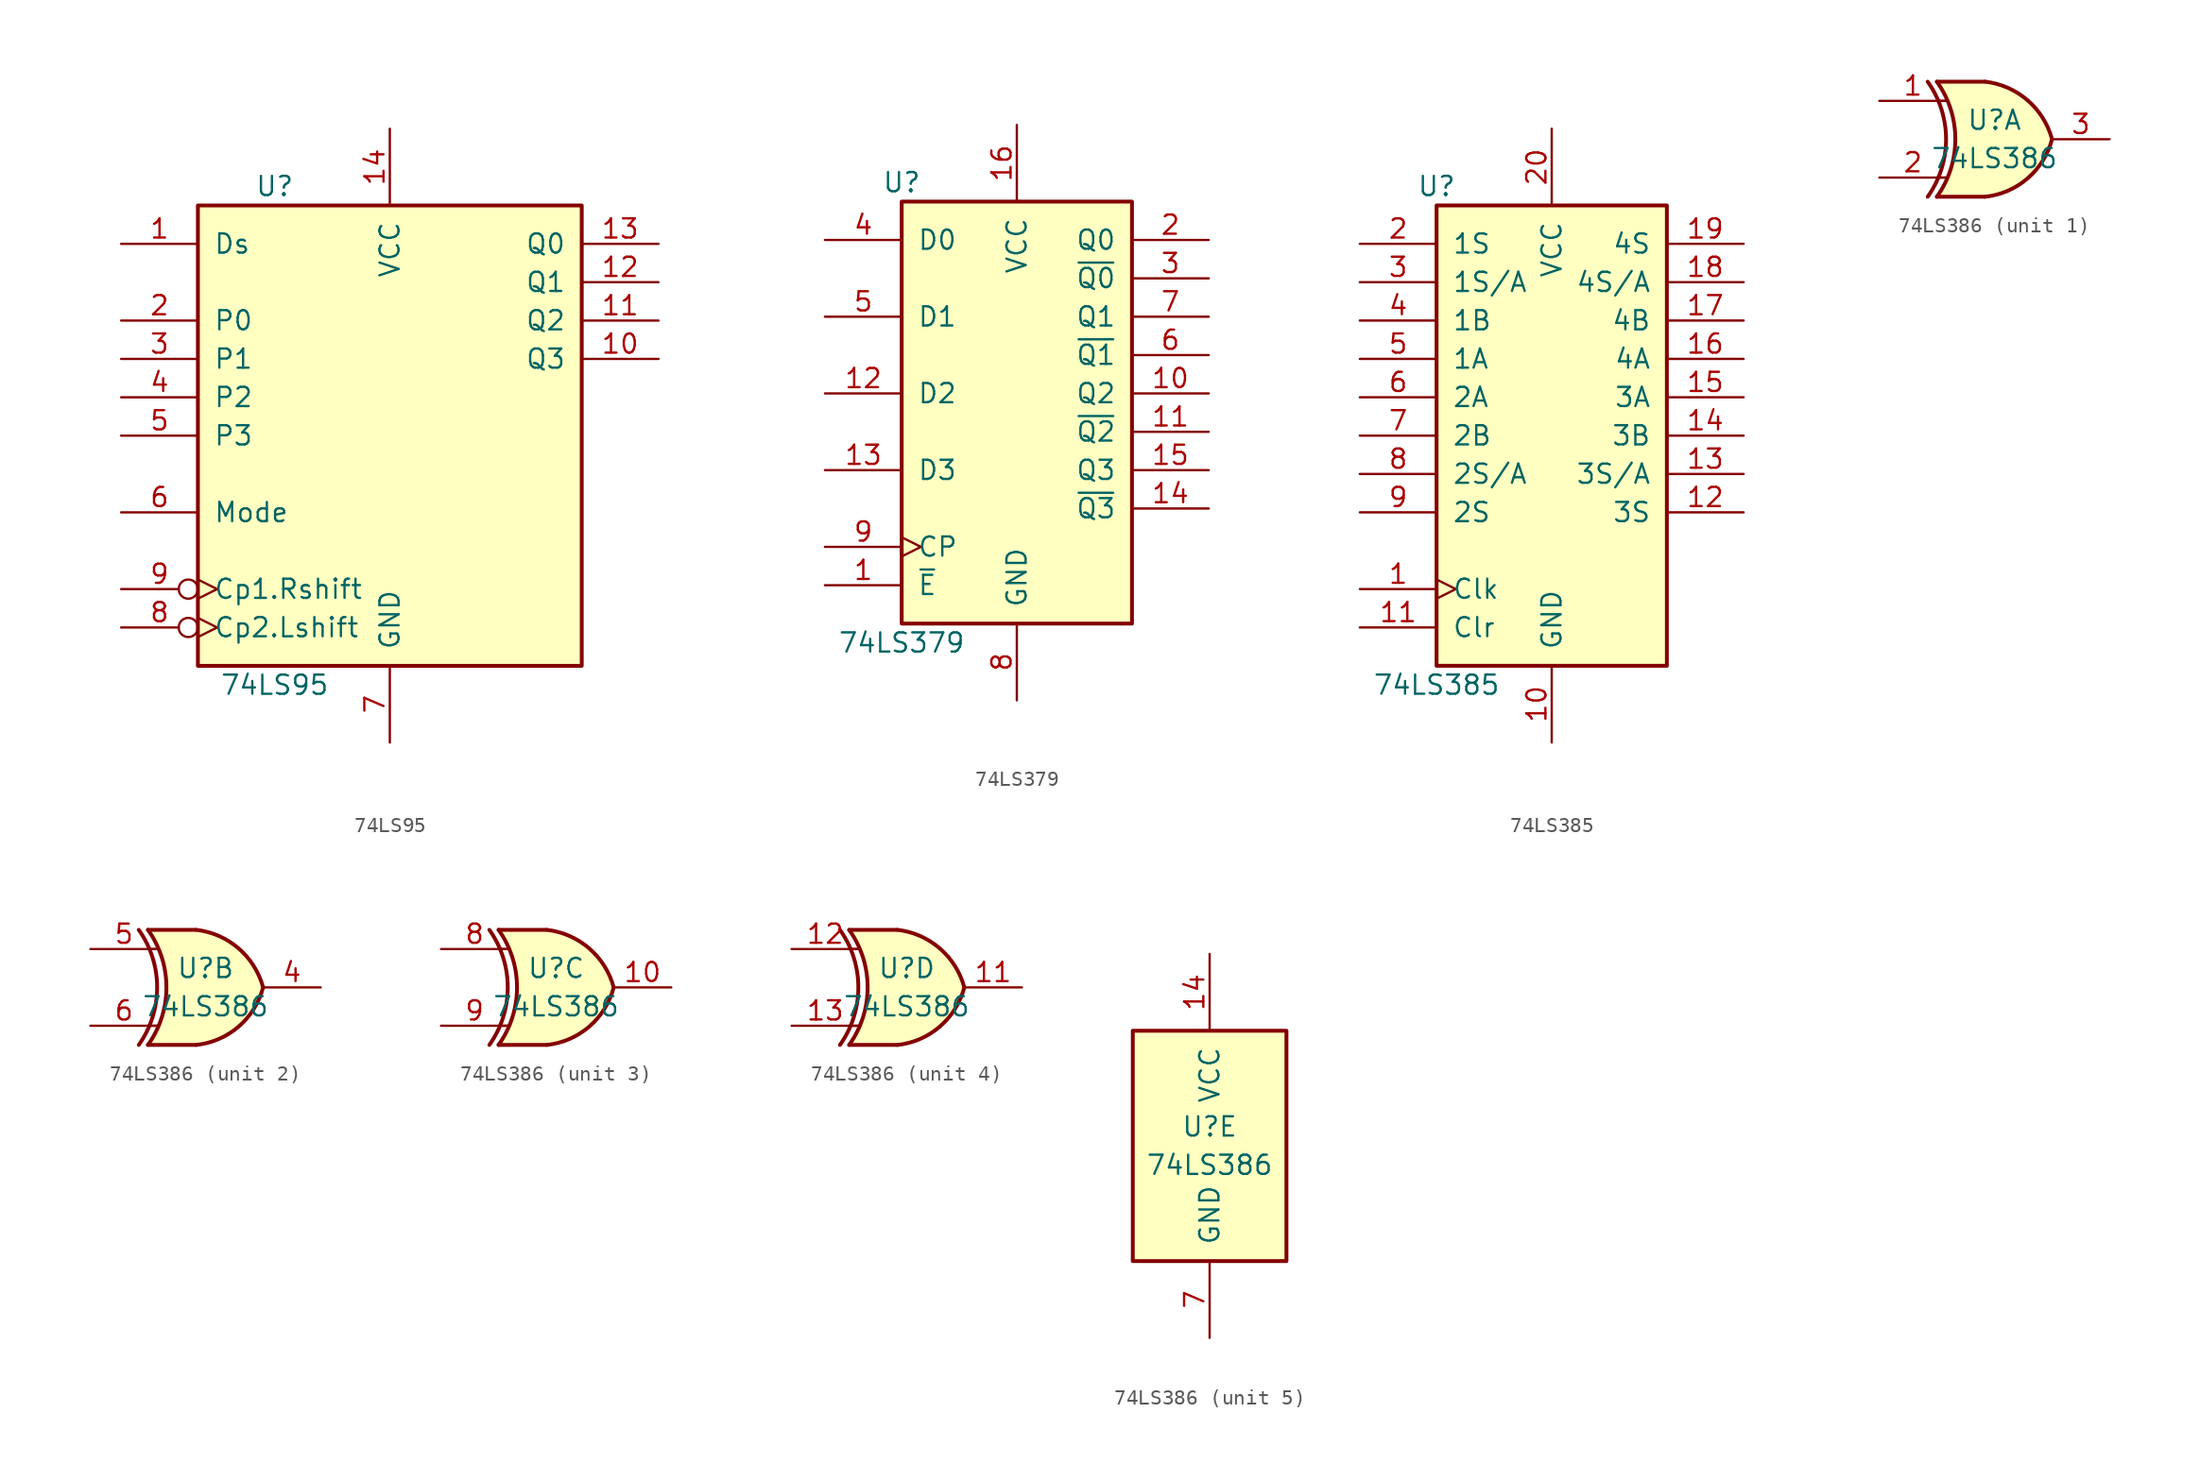
<source format=kicad_sym>
(kicad_symbol_lib
  (version 20241209)
  (generator "kicad_symbol_editor")
  (generator_version "9.0")
  (symbol "74LS95"
    (pin_names
      (offset 1.016))
    (property "Reference" "U"
      (at -7.62 16.51 0)
      (effects (font (size 1.27 1.27))))
    (property "Value" "74LS95"
      (at -7.62 -16.51 0)
      (effects (font (size 1.27 1.27))))
    (property "ki_locked" ""
      (at 0 0 0)
      (effects (font (size 1.27 1.27))))
    (symbol "74LS95_1_0"
      (pin input line (at -17.78 12.7 0) (length 5.08) (name "Ds" (effects (font (size 1.27 1.27)))) (number "1" (effects (font (size 1.27 1.27)))))
      (pin input line (at -17.78 7.62 0) (length 5.08) (name "P0" (effects (font (size 1.27 1.27)))) (number "2" (effects (font (size 1.27 1.27)))))
      (pin input line (at -17.78 5.08 0) (length 5.08) (name "P1" (effects (font (size 1.27 1.27)))) (number "3" (effects (font (size 1.27 1.27)))))
      (pin input line (at -17.78 2.54 0) (length 5.08) (name "P2" (effects (font (size 1.27 1.27)))) (number "4" (effects (font (size 1.27 1.27)))))
      (pin input line (at -17.78 0 0) (length 5.08) (name "P3" (effects (font (size 1.27 1.27)))) (number "5" (effects (font (size 1.27 1.27)))))
      (pin input line (at -17.78 -5.08 0) (length 5.08) (name "Mode" (effects (font (size 1.27 1.27)))) (number "6" (effects (font (size 1.27 1.27)))))
      (pin input inverted_clock (at -17.78 -10.16 0) (length 5.08) (name "Cp1.Rshift" (effects (font (size 1.27 1.27)))) (number "9" (effects (font (size 1.27 1.27)))))
      (pin input inverted_clock (at -17.78 -12.7 0) (length 5.08) (name "Cp2.Lshift" (effects (font (size 1.27 1.27)))) (number "8" (effects (font (size 1.27 1.27)))))
      (pin power_in line (at 0 20.32 270) (length 5.08) (name "VCC" (effects (font (size 1.27 1.27)))) (number "14" (effects (font (size 1.27 1.27)))))
      (pin power_in line (at 0 -20.32 90) (length 5.08) (name "GND" (effects (font (size 1.27 1.27)))) (number "7" (effects (font (size 1.27 1.27)))))
      (pin output line (at 17.78 12.7 180) (length 5.08) (name "Q0" (effects (font (size 1.27 1.27)))) (number "13" (effects (font (size 1.27 1.27)))))
      (pin output line (at 17.78 10.16 180) (length 5.08) (name "Q1" (effects (font (size 1.27 1.27)))) (number "12" (effects (font (size 1.27 1.27)))))
      (pin output line (at 17.78 7.62 180) (length 5.08) (name "Q2" (effects (font (size 1.27 1.27)))) (number "11" (effects (font (size 1.27 1.27)))))
      (pin output line (at 17.78 5.08 180) (length 5.08) (name "Q3" (effects (font (size 1.27 1.27)))) (number "10" (effects (font (size 1.27 1.27))))))
    (symbol "74LS95_1_1"
      (rectangle (start -12.7 15.24) (end 12.7 -15.24) (stroke (width 0.254) (type solid)) (fill (type background)))))
  (symbol "74LS379"
    (pin_names
      (offset 1.016))
    (property "Reference" "U"
      (at -7.62 13.97 0)
      (effects (font (size 1.27 1.27))))
    (property "Value" "74LS379"
      (at -7.62 -16.51 0)
      (effects (font (size 1.27 1.27))))
    (property "ki_locked" ""
      (at 0 0 0)
      (effects (font (size 1.27 1.27))))
    (symbol "74LS379_1_0"
      (pin input line (at -12.7 10.16 0) (length 5.08) (name "D0" (effects (font (size 1.27 1.27)))) (number "4" (effects (font (size 1.27 1.27)))))
      (pin input line (at -12.7 5.08 0) (length 5.08) (name "D1" (effects (font (size 1.27 1.27)))) (number "5" (effects (font (size 1.27 1.27)))))
      (pin input line (at -12.7 0 0) (length 5.08) (name "D2" (effects (font (size 1.27 1.27)))) (number "12" (effects (font (size 1.27 1.27)))))
      (pin input line (at -12.7 -5.08 0) (length 5.08) (name "D3" (effects (font (size 1.27 1.27)))) (number "13" (effects (font (size 1.27 1.27)))))
      (pin input clock (at -12.7 -10.16 0) (length 5.08) (name "CP" (effects (font (size 1.27 1.27)))) (number "9" (effects (font (size 1.27 1.27)))))
      (pin input line (at -12.7 -12.7 0) (length 5.08) (name "~{E}" (effects (font (size 1.27 1.27)))) (number "1" (effects (font (size 1.27 1.27)))))
      (pin power_in line (at 0 17.78 270) (length 5.08) (name "VCC" (effects (font (size 1.27 1.27)))) (number "16" (effects (font (size 1.27 1.27)))))
      (pin power_in line (at 0 -20.32 90) (length 5.08) (name "GND" (effects (font (size 1.27 1.27)))) (number "8" (effects (font (size 1.27 1.27)))))
      (pin output line (at 12.7 10.16 180) (length 5.08) (name "Q0" (effects (font (size 1.27 1.27)))) (number "2" (effects (font (size 1.27 1.27)))))
      (pin output line (at 12.7 7.62 180) (length 5.08) (name "~{Q0}" (effects (font (size 1.27 1.27)))) (number "3" (effects (font (size 1.27 1.27)))))
      (pin output line (at 12.7 5.08 180) (length 5.08) (name "Q1" (effects (font (size 1.27 1.27)))) (number "7" (effects (font (size 1.27 1.27)))))
      (pin output line (at 12.7 2.54 180) (length 5.08) (name "~{Q1}" (effects (font (size 1.27 1.27)))) (number "6" (effects (font (size 1.27 1.27)))))
      (pin output line (at 12.7 0 180) (length 5.08) (name "Q2" (effects (font (size 1.27 1.27)))) (number "10" (effects (font (size 1.27 1.27)))))
      (pin output line (at 12.7 -2.54 180) (length 5.08) (name "~{Q2}" (effects (font (size 1.27 1.27)))) (number "11" (effects (font (size 1.27 1.27)))))
      (pin output line (at 12.7 -5.08 180) (length 5.08) (name "Q3" (effects (font (size 1.27 1.27)))) (number "15" (effects (font (size 1.27 1.27)))))
      (pin output line (at 12.7 -7.62 180) (length 5.08) (name "~{Q3}" (effects (font (size 1.27 1.27)))) (number "14" (effects (font (size 1.27 1.27))))))
    (symbol "74LS379_1_1"
      (rectangle (start -7.62 12.7) (end 7.62 -15.24) (stroke (width 0.254) (type solid)) (fill (type background)))))
  (symbol "74LS385"
    (pin_names
      (offset 1.016))
    (property "Reference" "U"
      (at -7.62 16.51 0)
      (effects (font (size 1.27 1.27))))
    (property "Value" "74LS385"
      (at -7.62 -16.51 0)
      (effects (font (size 1.27 1.27))))
    (property "ki_locked" ""
      (at 0 0 0)
      (effects (font (size 1.27 1.27))))
    (symbol "74LS385_1_0"
      (pin input line (at -12.7 12.7 0) (length 5.08) (name "1S" (effects (font (size 1.27 1.27)))) (number "2" (effects (font (size 1.27 1.27)))))
      (pin input line (at -12.7 10.16 0) (length 5.08) (name "1S/A" (effects (font (size 1.27 1.27)))) (number "3" (effects (font (size 1.27 1.27)))))
      (pin input line (at -12.7 7.62 0) (length 5.08) (name "1B" (effects (font (size 1.27 1.27)))) (number "4" (effects (font (size 1.27 1.27)))))
      (pin input line (at -12.7 5.08 0) (length 5.08) (name "1A" (effects (font (size 1.27 1.27)))) (number "5" (effects (font (size 1.27 1.27)))))
      (pin input line (at -12.7 2.54 0) (length 5.08) (name "2A" (effects (font (size 1.27 1.27)))) (number "6" (effects (font (size 1.27 1.27)))))
      (pin input line (at -12.7 0 0) (length 5.08) (name "2B" (effects (font (size 1.27 1.27)))) (number "7" (effects (font (size 1.27 1.27)))))
      (pin input line (at -12.7 -2.54 0) (length 5.08) (name "2S/A" (effects (font (size 1.27 1.27)))) (number "8" (effects (font (size 1.27 1.27)))))
      (pin input line (at -12.7 -5.08 0) (length 5.08) (name "2S" (effects (font (size 1.27 1.27)))) (number "9" (effects (font (size 1.27 1.27)))))
      (pin input clock (at -12.7 -10.16 0) (length 5.08) (name "Clk" (effects (font (size 1.27 1.27)))) (number "1" (effects (font (size 1.27 1.27)))))
      (pin input line (at -12.7 -12.7 0) (length 5.08) (name "Clr" (effects (font (size 1.27 1.27)))) (number "11" (effects (font (size 1.27 1.27)))))
      (pin power_in line (at 0 20.32 270) (length 5.08) (name "VCC" (effects (font (size 1.27 1.27)))) (number "20" (effects (font (size 1.27 1.27)))))
      (pin power_in line (at 0 -20.32 90) (length 5.08) (name "GND" (effects (font (size 1.27 1.27)))) (number "10" (effects (font (size 1.27 1.27)))))
      (pin output line (at 12.7 12.7 180) (length 5.08) (name "4S" (effects (font (size 1.27 1.27)))) (number "19" (effects (font (size 1.27 1.27)))))
      (pin output line (at 12.7 10.16 180) (length 5.08) (name "4S/A" (effects (font (size 1.27 1.27)))) (number "18" (effects (font (size 1.27 1.27)))))
      (pin output line (at 12.7 7.62 180) (length 5.08) (name "4B" (effects (font (size 1.27 1.27)))) (number "17" (effects (font (size 1.27 1.27)))))
      (pin output line (at 12.7 5.08 180) (length 5.08) (name "4A" (effects (font (size 1.27 1.27)))) (number "16" (effects (font (size 1.27 1.27)))))
      (pin output line (at 12.7 2.54 180) (length 5.08) (name "3A" (effects (font (size 1.27 1.27)))) (number "15" (effects (font (size 1.27 1.27)))))
      (pin output line (at 12.7 0 180) (length 5.08) (name "3B" (effects (font (size 1.27 1.27)))) (number "14" (effects (font (size 1.27 1.27)))))
      (pin output line (at 12.7 -2.54 180) (length 5.08) (name "3S/A" (effects (font (size 1.27 1.27)))) (number "13" (effects (font (size 1.27 1.27)))))
      (pin output line (at 12.7 -5.08 180) (length 5.08) (name "3S" (effects (font (size 1.27 1.27)))) (number "12" (effects (font (size 1.27 1.27))))))
    (symbol "74LS385_1_1"
      (rectangle (start -7.62 15.24) (end 7.62 -15.24) (stroke (width 0.254) (type solid)) (fill (type background)))))
  (symbol "74LS386"
    (pin_names
      (offset 1.016))
    (property "Reference" "U"
      (at 0 1.27 0)
      (effects (font (size 1.27 1.27))))
    (property "Value" "74LS386"
      (at 0 -1.27 0)
      (effects (font (size 1.27 1.27))))
    (property "ki_locked" ""
      (at 0 0 0)
      (effects (font (size 1.27 1.27))))
    (symbol "74LS386_1_0"
      (arc (start -4.4196 3.81) (mid -3.2033 0) (end -4.4196 -3.81) (stroke (width 0.254) (type solid)) (fill (type none)))
      (arc (start -3.81 3.81) (mid -2.589 0) (end -3.81 -3.81) (stroke (width 0.254) (type solid)) (fill (type none)))
      (polyline (pts (xy -3.81 3.81) (xy -0.635 3.81)) (stroke (width 0.254) (type solid)) (fill (type background)))
      (polyline (pts (xy -3.81 -3.81) (xy -0.635 -3.81)) (stroke (width 0.254) (type solid)) (fill (type background)))
      (arc (start 3.81 0) (mid 2.1915 -2.5936) (end -0.6096 -3.81) (stroke (width 0.254) (type solid)) (fill (type background)))
      (arc (start -0.6096 3.81) (mid 2.1842 2.5851) (end 3.81 0) (stroke (width 0.254) (type solid)) (fill (type background)))
      (polyline (pts (xy -0.635 3.81) (xy -3.81 3.81) (xy -3.81 3.81) (xy -3.556 3.404) (xy -3.023 2.261) (xy -2.692 1.041) (xy -2.616 -0.254) (xy -2.769 -1.499) (xy -3.175 -2.718) (xy -3.81 -3.81) (xy -3.81 -3.81) (xy -0.635 -3.81)) (stroke (width -25.4) (type solid)) (fill (type background)))
      (pin input line (at -7.62 2.54 0) (length 4.445) (name "~" (effects (font (size 1.27 1.27)))) (number "1" (effects (font (size 1.27 1.27)))))
      (pin input line (at -7.62 -2.54 0) (length 4.445) (name "~" (effects (font (size 1.27 1.27)))) (number "2" (effects (font (size 1.27 1.27)))))
      (pin output line (at 7.62 0 180) (length 3.81) (name "~" (effects (font (size 1.27 1.27)))) (number "3" (effects (font (size 1.27 1.27))))))
    (symbol "74LS386_1_1"
      (polyline (pts (xy -3.81 2.54) (xy -3.175 2.54)) (stroke (width 0.152) (type solid)) (fill (type none)))
      (polyline (pts (xy -3.81 -2.54) (xy -3.175 -2.54)) (stroke (width 0.152) (type solid)) (fill (type none))))
    (symbol "74LS386_2_0"
      (arc (start -4.4196 3.81) (mid -3.2033 0) (end -4.4196 -3.81) (stroke (width 0.254) (type solid)) (fill (type none)))
      (arc (start -3.81 3.81) (mid -2.589 0) (end -3.81 -3.81) (stroke (width 0.254) (type solid)) (fill (type none)))
      (polyline (pts (xy -3.81 3.81) (xy -0.635 3.81)) (stroke (width 0.254) (type solid)) (fill (type background)))
      (polyline (pts (xy -3.81 -3.81) (xy -0.635 -3.81)) (stroke (width 0.254) (type solid)) (fill (type background)))
      (arc (start 3.81 0) (mid 2.1915 -2.5936) (end -0.6096 -3.81) (stroke (width 0.254) (type solid)) (fill (type background)))
      (arc (start -0.6096 3.81) (mid 2.1842 2.5851) (end 3.81 0) (stroke (width 0.254) (type solid)) (fill (type background)))
      (polyline (pts (xy -0.635 3.81) (xy -3.81 3.81) (xy -3.81 3.81) (xy -3.556 3.404) (xy -3.023 2.261) (xy -2.692 1.041) (xy -2.616 -0.254) (xy -2.769 -1.499) (xy -3.175 -2.718) (xy -3.81 -3.81) (xy -3.81 -3.81) (xy -0.635 -3.81)) (stroke (width -25.4) (type solid)) (fill (type background)))
      (pin input line (at -7.62 2.54 0) (length 4.445) (name "~" (effects (font (size 1.27 1.27)))) (number "5" (effects (font (size 1.27 1.27)))))
      (pin input line (at -7.62 -2.54 0) (length 4.445) (name "~" (effects (font (size 1.27 1.27)))) (number "6" (effects (font (size 1.27 1.27)))))
      (pin output line (at 7.62 0 180) (length 3.81) (name "~" (effects (font (size 1.27 1.27)))) (number "4" (effects (font (size 1.27 1.27))))))
    (symbol "74LS386_2_1"
      (polyline (pts (xy -3.81 2.54) (xy -3.175 2.54)) (stroke (width 0.152) (type solid)) (fill (type none)))
      (polyline (pts (xy -3.81 -2.54) (xy -3.175 -2.54)) (stroke (width 0.152) (type solid)) (fill (type none))))
    (symbol "74LS386_3_0"
      (arc (start -4.4196 3.81) (mid -3.2033 0) (end -4.4196 -3.81) (stroke (width 0.254) (type solid)) (fill (type none)))
      (arc (start -3.81 3.81) (mid -2.589 0) (end -3.81 -3.81) (stroke (width 0.254) (type solid)) (fill (type none)))
      (polyline (pts (xy -3.81 3.81) (xy -0.635 3.81)) (stroke (width 0.254) (type solid)) (fill (type background)))
      (polyline (pts (xy -3.81 -3.81) (xy -0.635 -3.81)) (stroke (width 0.254) (type solid)) (fill (type background)))
      (arc (start 3.81 0) (mid 2.1915 -2.5936) (end -0.6096 -3.81) (stroke (width 0.254) (type solid)) (fill (type background)))
      (arc (start -0.6096 3.81) (mid 2.1842 2.5851) (end 3.81 0) (stroke (width 0.254) (type solid)) (fill (type background)))
      (polyline (pts (xy -0.635 3.81) (xy -3.81 3.81) (xy -3.81 3.81) (xy -3.556 3.404) (xy -3.023 2.261) (xy -2.692 1.041) (xy -2.616 -0.254) (xy -2.769 -1.499) (xy -3.175 -2.718) (xy -3.81 -3.81) (xy -3.81 -3.81) (xy -0.635 -3.81)) (stroke (width -25.4) (type solid)) (fill (type background)))
      (pin input line (at -7.62 2.54 0) (length 4.445) (name "~" (effects (font (size 1.27 1.27)))) (number "8" (effects (font (size 1.27 1.27)))))
      (pin input line (at -7.62 -2.54 0) (length 4.445) (name "~" (effects (font (size 1.27 1.27)))) (number "9" (effects (font (size 1.27 1.27)))))
      (pin output line (at 7.62 0 180) (length 3.81) (name "~" (effects (font (size 1.27 1.27)))) (number "10" (effects (font (size 1.27 1.27))))))
    (symbol "74LS386_3_1"
      (polyline (pts (xy -3.81 2.54) (xy -3.175 2.54)) (stroke (width 0.152) (type solid)) (fill (type none)))
      (polyline (pts (xy -3.81 -2.54) (xy -3.175 -2.54)) (stroke (width 0.152) (type solid)) (fill (type none))))
    (symbol "74LS386_4_0"
      (arc (start -4.4196 3.81) (mid -3.2033 0) (end -4.4196 -3.81) (stroke (width 0.254) (type solid)) (fill (type none)))
      (arc (start -3.81 3.81) (mid -2.589 0) (end -3.81 -3.81) (stroke (width 0.254) (type solid)) (fill (type none)))
      (polyline (pts (xy -3.81 3.81) (xy -0.635 3.81)) (stroke (width 0.254) (type solid)) (fill (type background)))
      (polyline (pts (xy -3.81 -3.81) (xy -0.635 -3.81)) (stroke (width 0.254) (type solid)) (fill (type background)))
      (arc (start 3.81 0) (mid 2.1915 -2.5936) (end -0.6096 -3.81) (stroke (width 0.254) (type solid)) (fill (type background)))
      (arc (start -0.6096 3.81) (mid 2.1842 2.5851) (end 3.81 0) (stroke (width 0.254) (type solid)) (fill (type background)))
      (polyline (pts (xy -0.635 3.81) (xy -3.81 3.81) (xy -3.81 3.81) (xy -3.556 3.404) (xy -3.023 2.261) (xy -2.692 1.041) (xy -2.616 -0.254) (xy -2.769 -1.499) (xy -3.175 -2.718) (xy -3.81 -3.81) (xy -3.81 -3.81) (xy -0.635 -3.81)) (stroke (width -25.4) (type solid)) (fill (type background)))
      (pin input line (at -7.62 2.54 0) (length 4.445) (name "~" (effects (font (size 1.27 1.27)))) (number "12" (effects (font (size 1.27 1.27)))))
      (pin input line (at -7.62 -2.54 0) (length 4.445) (name "~" (effects (font (size 1.27 1.27)))) (number "13" (effects (font (size 1.27 1.27)))))
      (pin output line (at 7.62 0 180) (length 3.81) (name "~" (effects (font (size 1.27 1.27)))) (number "11" (effects (font (size 1.27 1.27))))))
    (symbol "74LS386_4_1"
      (polyline (pts (xy -3.81 2.54) (xy -3.175 2.54)) (stroke (width 0.152) (type solid)) (fill (type none)))
      (polyline (pts (xy -3.81 -2.54) (xy -3.175 -2.54)) (stroke (width 0.152) (type solid)) (fill (type none))))
    (symbol "74LS386_5_0"
      (pin power_in line (at 0 12.7 270) (length 5.08) (name "VCC" (effects (font (size 1.27 1.27)))) (number "14" (effects (font (size 1.27 1.27)))))
      (pin power_in line (at 0 -12.7 90) (length 5.08) (name "GND" (effects (font (size 1.27 1.27)))) (number "7" (effects (font (size 1.27 1.27))))))
    (symbol "74LS386_5_1"
      (rectangle (start -5.08 7.62) (end 5.08 -7.62) (stroke (width 0.254) (type solid)) (fill (type background))))))
</source>
